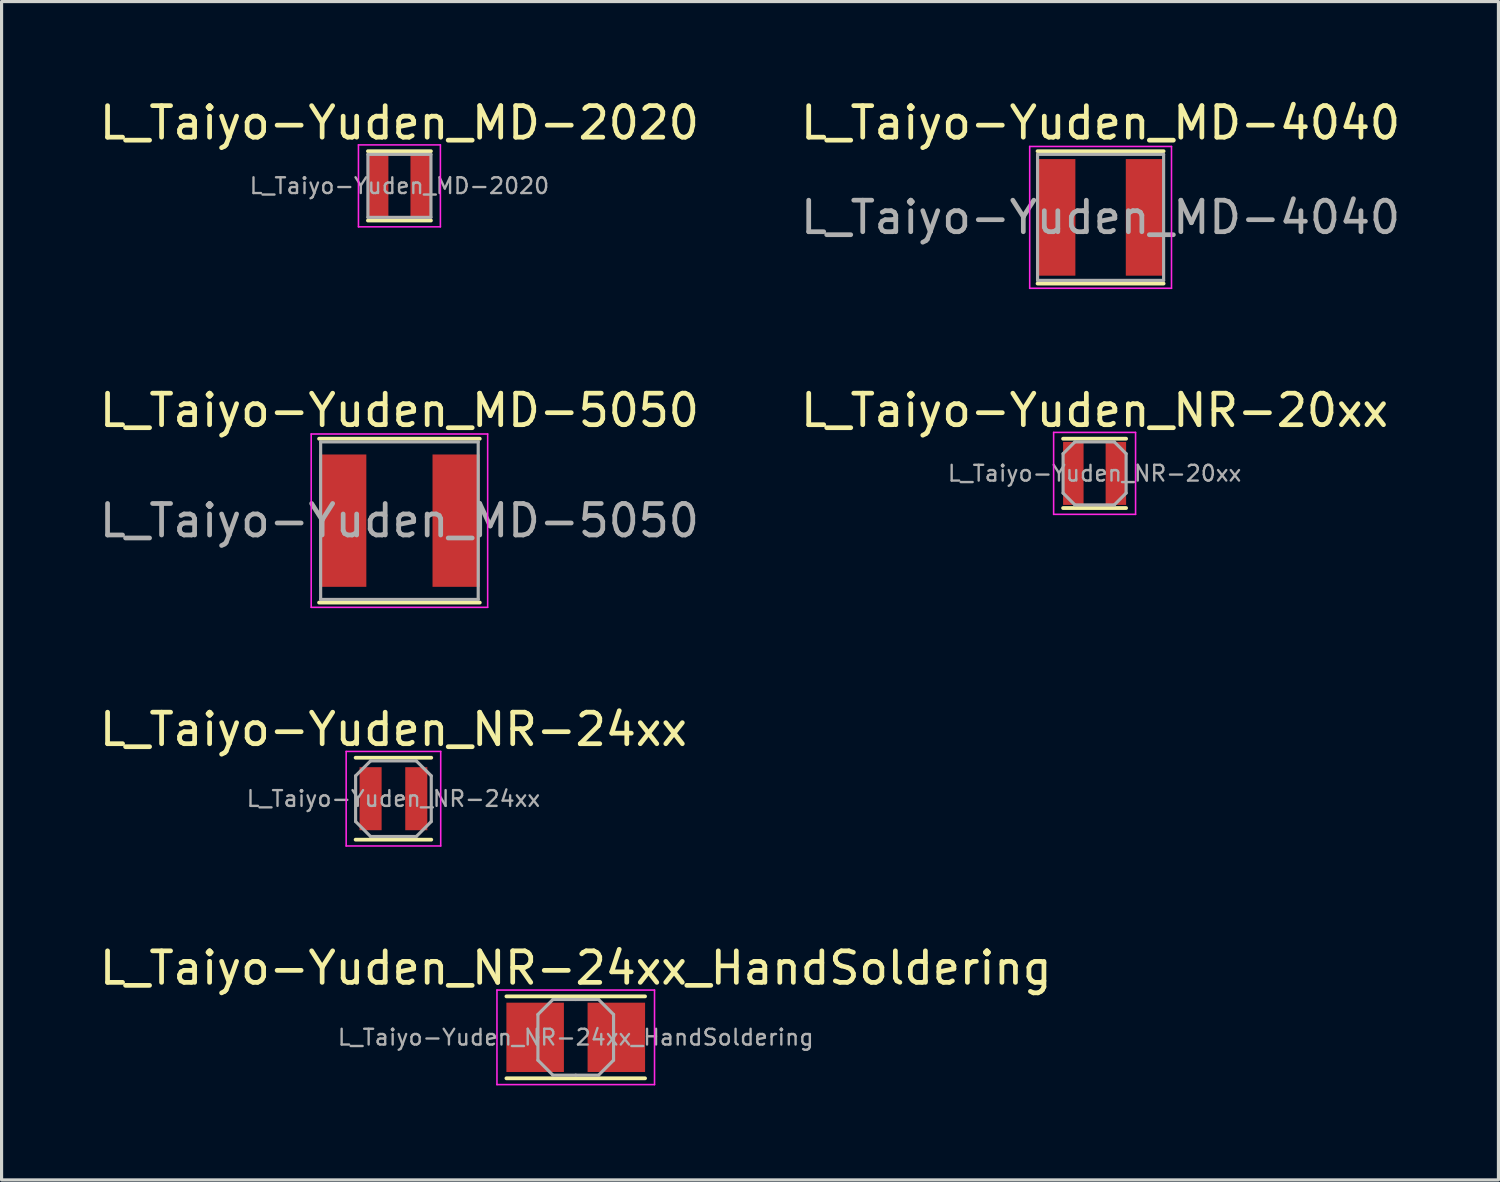
<source format=kicad_pcb>
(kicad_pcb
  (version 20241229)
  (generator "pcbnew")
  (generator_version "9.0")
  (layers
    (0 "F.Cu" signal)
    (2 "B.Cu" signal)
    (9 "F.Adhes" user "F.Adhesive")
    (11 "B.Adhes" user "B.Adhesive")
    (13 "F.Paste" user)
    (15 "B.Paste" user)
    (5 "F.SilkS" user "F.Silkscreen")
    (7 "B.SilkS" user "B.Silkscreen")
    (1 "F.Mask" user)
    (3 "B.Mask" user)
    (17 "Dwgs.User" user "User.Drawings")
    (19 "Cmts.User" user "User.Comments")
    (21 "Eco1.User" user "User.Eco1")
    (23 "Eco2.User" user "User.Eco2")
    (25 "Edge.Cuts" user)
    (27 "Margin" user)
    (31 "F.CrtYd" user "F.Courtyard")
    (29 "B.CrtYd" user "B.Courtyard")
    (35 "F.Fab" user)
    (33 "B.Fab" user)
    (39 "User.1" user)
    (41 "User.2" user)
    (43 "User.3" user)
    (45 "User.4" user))
  (footprint "L_Taiyo-Yuden_MD-4040"
    (layer "F.Cu")
    (at 31.875 3.848)
    (property "Reference" "L_Taiyo-Yuden_MD-4040" (at 0 -3 0) (layer "F.SilkS") (effects (font (size 1 1) (thickness 0.15))))
    (attr smd)
    (fp_line (start -2 -2.1) (end 2 -2.1) (stroke (width 0.12) (type solid)) (layer "F.SilkS"))
    (fp_line (start -2 2.1) (end 2 2.1) (stroke (width 0.12) (type solid)) (layer "F.SilkS"))
    (fp_line (start -2.25 -2.25) (end -2.25 2.25) (stroke (width 0.05) (type solid)) (layer "F.CrtYd"))
    (fp_line (start -2.25 2.25) (end 2.25 2.25) (stroke (width 0.05) (type solid)) (layer "F.CrtYd"))
    (fp_line (start 2.25 -2.25) (end -2.25 -2.25) (stroke (width 0.05) (type solid)) (layer "F.CrtYd"))
    (fp_line (start 2.25 2.25) (end 2.25 -2.25) (stroke (width 0.05) (type solid)) (layer "F.CrtYd"))
    (fp_line (start -2 -2) (end -2 2) (stroke (width 0.1) (type solid)) (layer "F.Fab"))
    (fp_line (start -2 2) (end 2 2) (stroke (width 0.1) (type solid)) (layer "F.Fab"))
    (fp_line (start 2 -2) (end -2 -2) (stroke (width 0.1) (type solid)) (layer "F.Fab"))
    (fp_line (start 2 2) (end 2 -2) (stroke (width 0.1) (type solid)) (layer "F.Fab"))
    (fp_text user "${REFERENCE}" (at 0 0 0) (layer "F.Fab") (effects (font (size 1 1) (thickness 0.15))))
    (pad "1" smd rect (at -1.4 0) (size 1.2 3.7) (layers "F.Cu" "F.Mask" "F.Paste"))
    (pad "2" smd rect (at 1.4 0) (size 1.2 3.7) (layers "F.Cu" "F.Mask" "F.Paste")))
  (footprint "L_Taiyo-Yuden_MD-2020"
    (layer "F.Cu")
    (at 9.625 2.848)
    (property "Reference" "L_Taiyo-Yuden_MD-2020" (at 0 -2 0) (layer "F.SilkS") (effects (font (size 1 1) (thickness 0.15))))
    (attr smd)
    (fp_line (start -1 -1.1) (end 1 -1.1) (stroke (width 0.12) (type solid)) (layer "F.SilkS"))
    (fp_line (start -1 1.1) (end 1 1.1) (stroke (width 0.12) (type solid)) (layer "F.SilkS"))
    (fp_line (start -1.3 -1.3) (end -1.3 1.3) (stroke (width 0.05) (type solid)) (layer "F.CrtYd"))
    (fp_line (start -1.3 1.3) (end 1.3 1.3) (stroke (width 0.05) (type solid)) (layer "F.CrtYd"))
    (fp_line (start 1.3 -1.3) (end -1.3 -1.3) (stroke (width 0.05) (type solid)) (layer "F.CrtYd"))
    (fp_line (start 1.3 1.3) (end 1.3 -1.3) (stroke (width 0.05) (type solid)) (layer "F.CrtYd"))
    (fp_line (start -1 -1) (end -1 1) (stroke (width 0.1) (type solid)) (layer "F.Fab"))
    (fp_line (start -1 1) (end 1 1) (stroke (width 0.1) (type solid)) (layer "F.Fab"))
    (fp_line (start 1 -1) (end -1 -1) (stroke (width 0.1) (type solid)) (layer "F.Fab"))
    (fp_line (start 1 1) (end 1 -1) (stroke (width 0.1) (type solid)) (layer "F.Fab"))
    (fp_text user "${REFERENCE}" (at 0 0 0) (layer "F.Fab") (effects (font (size 0.5 0.5) (thickness 0.075))))
    (pad "1" smd rect (at -0.675 0) (size 0.65 2) (layers "F.Cu" "F.Mask" "F.Paste"))
    (pad "2" smd rect (at 0.675 0) (size 0.65 2) (layers "F.Cu" "F.Mask" "F.Paste")))
  (footprint "L_Taiyo-Yuden_NR-20xx"
    (layer "F.Cu")
    (at 31.685 11.972)
    (property "Reference" "L_Taiyo-Yuden_NR-20xx" (at 0 -2 0) (layer "F.SilkS") (effects (font (size 1 1) (thickness 0.15))))
    (attr smd)
    (fp_line (start -1 -1.1) (end 1 -1.1) (stroke (width 0.12) (type solid)) (layer "F.SilkS"))
    (fp_line (start -1 1.1) (end 1 1.1) (stroke (width 0.12) (type solid)) (layer "F.SilkS"))
    (fp_line (start -1.3 -1.3) (end -1.3 1.3) (stroke (width 0.05) (type solid)) (layer "F.CrtYd"))
    (fp_line (start -1.3 1.3) (end 1.3 1.3) (stroke (width 0.05) (type solid)) (layer "F.CrtYd"))
    (fp_line (start 1.3 -1.3) (end -1.3 -1.3) (stroke (width 0.05) (type solid)) (layer "F.CrtYd"))
    (fp_line (start 1.3 1.3) (end 1.3 -1.3) (stroke (width 0.05) (type solid)) (layer "F.CrtYd"))
    (fp_line (start -1 -0.625) (end -1 0.625) (stroke (width 0.1) (type solid)) (layer "F.Fab"))
    (fp_line (start -1 -0.625) (end -0.625 -1) (stroke (width 0.1) (type solid)) (layer "F.Fab"))
    (fp_line (start -1 0.625) (end -0.625 1) (stroke (width 0.1) (type solid)) (layer "F.Fab"))
    (fp_line (start -0.625 -1) (end 0.625 -1) (stroke (width 0.1) (type solid)) (layer "F.Fab"))
    (fp_line (start -0.625 1) (end 0.625 1) (stroke (width 0.1) (type solid)) (layer "F.Fab"))
    (fp_line (start 1 -0.625) (end 0.625 -1) (stroke (width 0.1) (type solid)) (layer "F.Fab"))
    (fp_line (start 1 0.625) (end 0.625 1) (stroke (width 0.1) (type solid)) (layer "F.Fab"))
    (fp_line (start 1 0.625) (end 1 -0.625) (stroke (width 0.1) (type solid)) (layer "F.Fab"))
    (fp_text user "${REFERENCE}" (at 0 0 0) (layer "F.Fab") (effects (font (size 0.5 0.5) (thickness 0.075))))
    (pad "1" smd rect (at -0.675 0) (size 0.65 2) (layers "F.Cu" "F.Mask" "F.Paste"))
    (pad "2" smd rect (at 0.675 0) (size 0.65 2) (layers "F.Cu" "F.Mask" "F.Paste")))
  (footprint "L_Taiyo-Yuden_MD-5050"
    (layer "F.Cu")
    (at 9.625 13.472)
    (property "Reference" "L_Taiyo-Yuden_MD-5050" (at 0 -3.5 0) (layer "F.SilkS") (effects (font (size 1 1) (thickness 0.15))))
    (attr smd)
    (fp_line (start -2.55 -2.6) (end 2.55 -2.6) (stroke (width 0.12) (type solid)) (layer "F.SilkS"))
    (fp_line (start -2.55 2.6) (end 2.55 2.6) (stroke (width 0.12) (type solid)) (layer "F.SilkS"))
    (fp_line (start -2.8 -2.75) (end -2.8 2.75) (stroke (width 0.05) (type solid)) (layer "F.CrtYd"))
    (fp_line (start -2.8 2.75) (end 2.8 2.75) (stroke (width 0.05) (type solid)) (layer "F.CrtYd"))
    (fp_line (start 2.8 -2.75) (end -2.8 -2.75) (stroke (width 0.05) (type solid)) (layer "F.CrtYd"))
    (fp_line (start 2.8 2.75) (end 2.8 -2.75) (stroke (width 0.05) (type solid)) (layer "F.CrtYd"))
    (fp_line (start -2.5 -2.5) (end -2.5 2.5) (stroke (width 0.1) (type solid)) (layer "F.Fab"))
    (fp_line (start -2.5 2.5) (end 2.5 2.5) (stroke (width 0.1) (type solid)) (layer "F.Fab"))
    (fp_line (start 2.5 -2.5) (end -2.5 -2.5) (stroke (width 0.1) (type solid)) (layer "F.Fab"))
    (fp_line (start 2.5 2.5) (end 2.5 -2.5) (stroke (width 0.1) (type solid)) (layer "F.Fab"))
    (fp_text user "${REFERENCE}" (at 0 0 0) (layer "F.Fab") (effects (font (size 1 1) (thickness 0.15))))
    (pad "1" smd rect (at -1.8 0) (size 1.5 4.2) (layers "F.Cu" "F.Mask" "F.Paste"))
    (pad "2" smd rect (at 1.8 0) (size 1.5 4.2) (layers "F.Cu" "F.Mask" "F.Paste")))
  (footprint "L_Taiyo-Yuden_NR-24xx_HandSoldering"
    (layer "F.Cu")
    (at 15.22 29.868)
    (property "Reference" "L_Taiyo-Yuden_NR-24xx_HandSoldering" (at 0 -2.2 0) (layer "F.SilkS") (effects (font (size 1 1) (thickness 0.15))))
    (attr smd)
    (fp_line (start -2.2 -1.3) (end 2.2 -1.3) (stroke (width 0.12) (type solid)) (layer "F.SilkS"))
    (fp_line (start -2.2 1.3) (end 2.2 1.3) (stroke (width 0.12) (type solid)) (layer "F.SilkS"))
    (fp_line (start -2.5 -1.5) (end -2.5 1.5) (stroke (width 0.05) (type solid)) (layer "F.CrtYd"))
    (fp_line (start -2.5 1.5) (end 2.5 1.5) (stroke (width 0.05) (type solid)) (layer "F.CrtYd"))
    (fp_line (start 2.5 -1.5) (end -2.5 -1.5) (stroke (width 0.05) (type solid)) (layer "F.CrtYd"))
    (fp_line (start 2.5 1.5) (end 2.5 -1.5) (stroke (width 0.05) (type solid)) (layer "F.CrtYd"))
    (fp_line (start -1.2 -0.725) (end -0.725 -1.2) (stroke (width 0.1) (type solid)) (layer "F.Fab"))
    (fp_line (start -1.2 0) (end -1.2 -0.725) (stroke (width 0.1) (type solid)) (layer "F.Fab"))
    (fp_line (start -1.2 0) (end -1.2 0.725) (stroke (width 0.1) (type solid)) (layer "F.Fab"))
    (fp_line (start -1.2 0.725) (end -0.725 1.2) (stroke (width 0.1) (type solid)) (layer "F.Fab"))
    (fp_line (start -0.725 -1.2) (end 0 -1.2) (stroke (width 0.1) (type solid)) (layer "F.Fab"))
    (fp_line (start -0.725 1.2) (end 0 1.2) (stroke (width 0.1) (type solid)) (layer "F.Fab"))
    (fp_line (start 0.725 -1.2) (end 0 -1.2) (stroke (width 0.1) (type solid)) (layer "F.Fab"))
    (fp_line (start 0.725 1.2) (end 0 1.2) (stroke (width 0.1) (type solid)) (layer "F.Fab"))
    (fp_line (start 1.2 -0.725) (end 0.725 -1.2) (stroke (width 0.1) (type solid)) (layer "F.Fab"))
    (fp_line (start 1.2 0) (end 1.2 -0.725) (stroke (width 0.1) (type solid)) (layer "F.Fab"))
    (fp_line (start 1.2 0) (end 1.2 0.725) (stroke (width 0.1) (type solid)) (layer "F.Fab"))
    (fp_line (start 1.2 0.725) (end 0.725 1.2) (stroke (width 0.1) (type solid)) (layer "F.Fab"))
    (fp_text user "${REFERENCE}" (at 0 0 0) (layer "F.Fab") (effects (font (size 0.5 0.5) (thickness 0.075))))
    (pad "1" smd rect (at -1.288 0) (size 1.825 2.2) (layers "F.Cu" "F.Mask" "F.Paste"))
    (pad "2" smd rect (at 1.288 0) (size 1.825 2.2) (layers "F.Cu" "F.Mask" "F.Paste")))
  (footprint "L_Taiyo-Yuden_NR-24xx"
    (layer "F.Cu")
    (at 9.435 22.295)
    (property "Reference" "L_Taiyo-Yuden_NR-24xx" (at 0 -2.2 0) (layer "F.SilkS") (effects (font (size 1 1) (thickness 0.15))))
    (attr smd)
    (fp_line (start -1.2 -1.3) (end 1.2 -1.3) (stroke (width 0.12) (type solid)) (layer "F.SilkS"))
    (fp_line (start -1.2 1.3) (end 1.2 1.3) (stroke (width 0.12) (type solid)) (layer "F.SilkS"))
    (fp_line (start -1.5 -1.5) (end -1.5 1.5) (stroke (width 0.05) (type solid)) (layer "F.CrtYd"))
    (fp_line (start -1.5 1.5) (end 1.5 1.5) (stroke (width 0.05) (type solid)) (layer "F.CrtYd"))
    (fp_line (start 1.5 -1.5) (end -1.5 -1.5) (stroke (width 0.05) (type solid)) (layer "F.CrtYd"))
    (fp_line (start 1.5 1.5) (end 1.5 -1.5) (stroke (width 0.05) (type solid)) (layer "F.CrtYd"))
    (fp_line (start -1.2 -0.725) (end -1.2 0.725) (stroke (width 0.1) (type solid)) (layer "F.Fab"))
    (fp_line (start -1.2 -0.725) (end -0.725 -1.2) (stroke (width 0.1) (type solid)) (layer "F.Fab"))
    (fp_line (start -1.2 0.725) (end -0.725 1.2) (stroke (width 0.1) (type solid)) (layer "F.Fab"))
    (fp_line (start -0.725 -1.2) (end 0.725 -1.2) (stroke (width 0.1) (type solid)) (layer "F.Fab"))
    (fp_line (start -0.725 1.2) (end 0.725 1.2) (stroke (width 0.1) (type solid)) (layer "F.Fab"))
    (fp_line (start 1.2 -0.725) (end 0.725 -1.2) (stroke (width 0.1) (type solid)) (layer "F.Fab"))
    (fp_line (start 1.2 -0.725) (end 1.2 0.725) (stroke (width 0.1) (type solid)) (layer "F.Fab"))
    (fp_line (start 1.2 0.725) (end 0.725 1.2) (stroke (width 0.1) (type solid)) (layer "F.Fab"))
    (fp_text user "${REFERENCE}" (at 0 0 0) (layer "F.Fab") (effects (font (size 0.5 0.5) (thickness 0.075))))
    (pad "1" smd rect (at -0.725 0) (size 0.7 2) (layers "F.Cu" "F.Mask" "F.Paste"))
    (pad "2" smd rect (at 0.725 0) (size 0.7 2) (layers "F.Cu" "F.Mask" "F.Paste")))
  (gr_rect
    (start -3 -3)
    (end 44.5 34.393)
    (stroke (width 0.1) (type default))
    (fill no)
    (layer "Edge.Cuts")))
</source>
